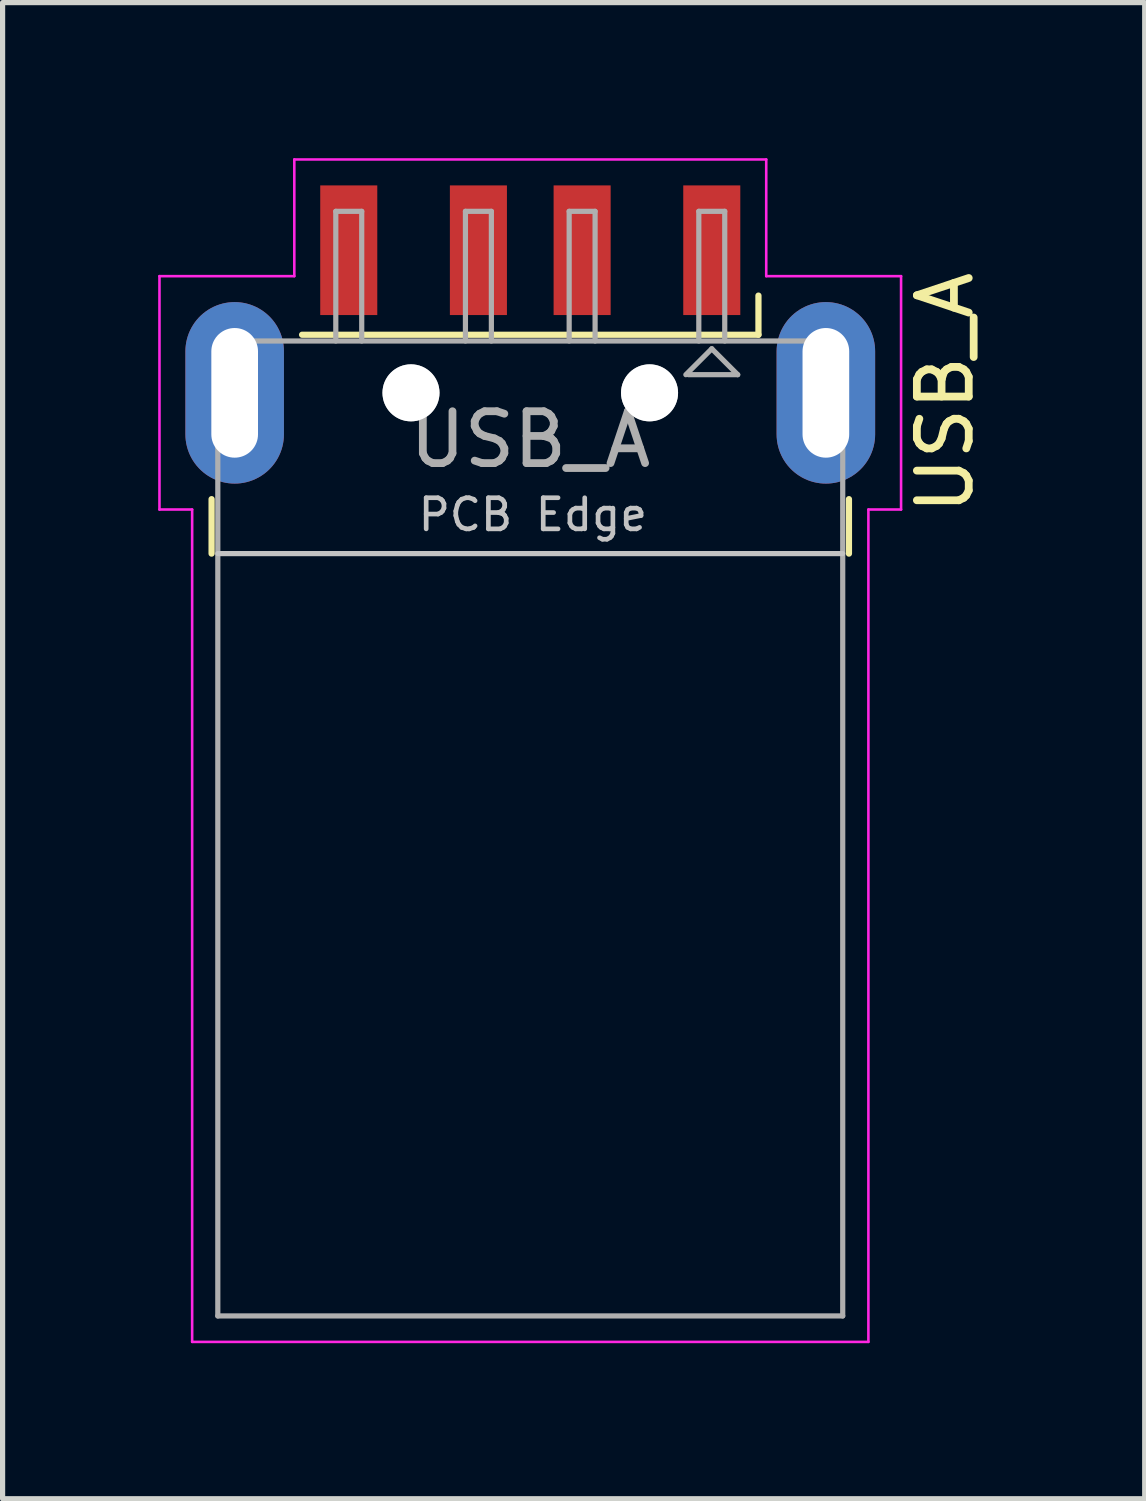
<source format=kicad_pcb>
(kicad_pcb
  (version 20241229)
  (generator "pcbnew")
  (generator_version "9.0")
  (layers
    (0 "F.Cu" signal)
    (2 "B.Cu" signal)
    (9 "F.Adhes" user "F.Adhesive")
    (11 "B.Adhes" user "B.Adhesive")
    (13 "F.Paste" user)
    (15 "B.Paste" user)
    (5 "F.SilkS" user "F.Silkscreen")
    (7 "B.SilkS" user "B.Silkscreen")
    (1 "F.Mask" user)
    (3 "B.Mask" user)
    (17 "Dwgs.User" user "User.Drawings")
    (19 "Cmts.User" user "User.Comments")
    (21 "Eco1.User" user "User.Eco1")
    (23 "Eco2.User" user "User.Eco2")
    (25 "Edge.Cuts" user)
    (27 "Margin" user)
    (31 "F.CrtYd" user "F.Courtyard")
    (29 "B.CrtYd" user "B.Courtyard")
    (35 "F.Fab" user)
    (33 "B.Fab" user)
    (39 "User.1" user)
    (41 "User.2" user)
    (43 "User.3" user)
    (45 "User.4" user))
  (footprint "USB_A"
    (layer "F.Cu")
    (at 7.175 11.425)
    (property "Reference" "USB_A" (at 8 -6.9 270) (layer "F.SilkS") (effects (font (size 1 1) (thickness 0.15))))
    (attr smd)
    (fp_line (start -6.145 -4.85) (end -6.145 -3.8) (stroke (width 0.12) (type solid)) (layer "F.SilkS"))
    (fp_line (start 4.4 -8.02) (end -4.4 -8.02) (stroke (width 0.12) (type solid)) (layer "F.SilkS"))
    (fp_line (start 4.4 -8.02) (end 4.4 -8.775) (stroke (width 0.12) (type solid)) (layer "F.SilkS"))
    (fp_line (start 6.145 -4.85) (end 6.145 -3.8) (stroke (width 0.12) (type solid)) (layer "F.SilkS"))
    (fp_line (start -6.025 -3.8) (end 6.025 -3.8) (stroke (width 0.1) (type solid)) (layer "Dwgs.User"))
    (fp_line (start -7.15 -9.15) (end -7.15 -4.65) (stroke (width 0.05) (type solid)) (layer "F.CrtYd"))
    (fp_line (start -7.15 -4.65) (end -6.52 -4.65) (stroke (width 0.05) (type solid)) (layer "F.CrtYd"))
    (fp_line (start -6.52 -4.65) (end -6.52 11.4) (stroke (width 0.05) (type solid)) (layer "F.CrtYd"))
    (fp_line (start -6.52 11.4) (end 6.52 11.4) (stroke (width 0.05) (type solid)) (layer "F.CrtYd"))
    (fp_line (start -4.55 -11.4) (end -4.55 -9.15) (stroke (width 0.05) (type solid)) (layer "F.CrtYd"))
    (fp_line (start -4.55 -11.4) (end 4.55 -11.4) (stroke (width 0.05) (type solid)) (layer "F.CrtYd"))
    (fp_line (start -4.55 -9.15) (end -7.15 -9.15) (stroke (width 0.05) (type solid)) (layer "F.CrtYd"))
    (fp_line (start 4.55 -11.4) (end 4.55 -9.15) (stroke (width 0.05) (type solid)) (layer "F.CrtYd"))
    (fp_line (start 6.52 -4.65) (end 6.52 11.4) (stroke (width 0.05) (type solid)) (layer "F.CrtYd"))
    (fp_line (start 6.52 -4.65) (end 7.15 -4.65) (stroke (width 0.05) (type solid)) (layer "F.CrtYd"))
    (fp_line (start 7.15 -9.15) (end 4.55 -9.15) (stroke (width 0.05) (type solid)) (layer "F.CrtYd"))
    (fp_line (start 7.15 -9.15) (end 7.15 -4.65) (stroke (width 0.05) (type solid)) (layer "F.CrtYd"))
    (fp_line (start -6.025 -7.9) (end -6.025 10.9) (stroke (width 0.1) (type solid)) (layer "F.Fab"))
    (fp_line (start -6.025 -7.9) (end 6.025 -7.9) (stroke (width 0.1) (type solid)) (layer "F.Fab"))
    (fp_line (start -6.025 10.9) (end 6.025 10.9) (stroke (width 0.1) (type solid)) (layer "F.Fab"))
    (fp_line (start -3.75 -10.4) (end -3.75 -7.9) (stroke (width 0.1) (type solid)) (layer "F.Fab"))
    (fp_line (start -3.75 -10.4) (end -3.25 -10.4) (stroke (width 0.1) (type solid)) (layer "F.Fab"))
    (fp_line (start -3.25 -10.4) (end -3.25 -7.9) (stroke (width 0.1) (type solid)) (layer "F.Fab"))
    (fp_line (start -1.25 -10.4) (end -1.25 -7.9) (stroke (width 0.1) (type solid)) (layer "F.Fab"))
    (fp_line (start -1.25 -10.4) (end -0.75 -10.4) (stroke (width 0.1) (type solid)) (layer "F.Fab"))
    (fp_line (start -0.75 -10.4) (end -0.75 -7.9) (stroke (width 0.1) (type solid)) (layer "F.Fab"))
    (fp_line (start 0.75 -10.4) (end 0.75 -7.9) (stroke (width 0.1) (type solid)) (layer "F.Fab"))
    (fp_line (start 0.75 -10.4) (end 1.25 -10.4) (stroke (width 0.1) (type solid)) (layer "F.Fab"))
    (fp_line (start 1.25 -10.4) (end 1.25 -7.9) (stroke (width 0.1) (type solid)) (layer "F.Fab"))
    (fp_line (start 3.25 -10.4) (end 3.25 -7.9) (stroke (width 0.1) (type solid)) (layer "F.Fab"))
    (fp_line (start 3.25 -10.4) (end 3.75 -10.4) (stroke (width 0.1) (type solid)) (layer "F.Fab"))
    (fp_line (start 3.5 -7.75) (end 3 -7.25) (stroke (width 0.1) (type solid)) (layer "F.Fab"))
    (fp_line (start 3.5 -7.75) (end 4 -7.25) (stroke (width 0.1) (type solid)) (layer "F.Fab"))
    (fp_line (start 3.75 -10.4) (end 3.75 -7.9) (stroke (width 0.1) (type solid)) (layer "F.Fab"))
    (fp_line (start 4 -7.25) (end 3.05 -7.25) (stroke (width 0.1) (type solid)) (layer "F.Fab"))
    (fp_line (start 6.025 -7.9) (end 6.025 10.9) (stroke (width 0.1) (type solid)) (layer "F.Fab"))
    (fp_circle (center -2.3 -6.9) (end -2.8 -6.9) (stroke (width 0.1) (type solid)) (fill no) (layer "F.Fab"))
    (fp_circle (center 2.3 -6.9) (end 2.8 -6.9) (stroke (width 0.1) (type solid)) (fill no) (layer "F.Fab"))
    (fp_text user "PCB Edge" (at 0.05 -4.55 0) (layer "Dwgs.User") (effects (font (size 0.6 0.6) (thickness 0.09))))
    (fp_text user "${REFERENCE}" (at 0 -6 0) (layer "F.Fab") (effects (font (size 1 1) (thickness 0.15))))
    (pad "" np_thru_hole circle (at -2.3 -6.9 270) (size 1.1 1.1) (drill 1.1) (layers "*.Cu" "*.Mask"))
    (pad "" np_thru_hole circle (at 2.3 -6.9 270) (size 1.1 1.1) (drill 1.1) (layers "*.Cu" "*.Mask"))
    (pad "1" smd rect (at 3.5 -9.65 270) (size 2.5 1.1) (layers "F.Cu" "F.Mask" "F.Paste"))
    (pad "2" smd rect (at 1 -9.65 270) (size 2.5 1.1) (layers "F.Cu" "F.Mask" "F.Paste"))
    (pad "3" smd rect (at -1 -9.65 270) (size 2.5 1.1) (layers "F.Cu" "F.Mask" "F.Paste"))
    (pad "4" smd rect (at -3.5 -9.65 270) (size 2.5 1.1) (layers "F.Cu" "F.Mask" "F.Paste"))
    (pad "5" thru_hole oval (at -5.7 -6.9 270) (size 3.5 1.9) (drill oval 2.5 0.9) (layers "*.Cu" "*.Mask"))
    (pad "5" thru_hole oval (at 5.7 -6.9 270) (size 3.5 1.9) (drill oval 2.5 0.9) (layers "*.Cu" "*.Mask")))
  (gr_rect
    (start -3 -3)
    (end 19.023 25.85)
    (stroke (width 0.1) (type default))
    (fill no)
    (layer "Edge.Cuts")))
</source>
